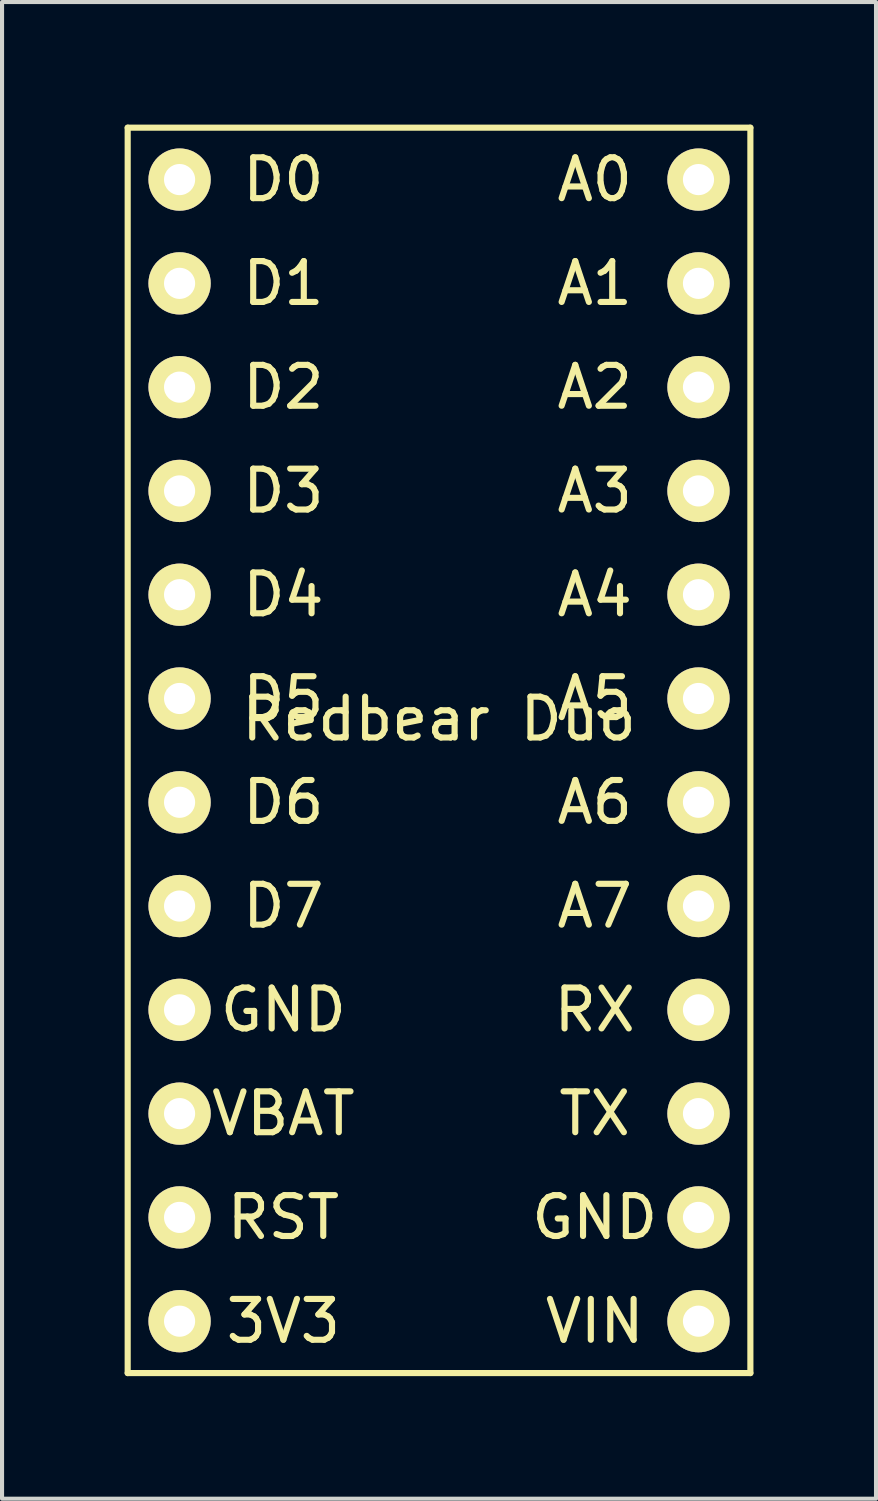
<source format=kicad_pcb>
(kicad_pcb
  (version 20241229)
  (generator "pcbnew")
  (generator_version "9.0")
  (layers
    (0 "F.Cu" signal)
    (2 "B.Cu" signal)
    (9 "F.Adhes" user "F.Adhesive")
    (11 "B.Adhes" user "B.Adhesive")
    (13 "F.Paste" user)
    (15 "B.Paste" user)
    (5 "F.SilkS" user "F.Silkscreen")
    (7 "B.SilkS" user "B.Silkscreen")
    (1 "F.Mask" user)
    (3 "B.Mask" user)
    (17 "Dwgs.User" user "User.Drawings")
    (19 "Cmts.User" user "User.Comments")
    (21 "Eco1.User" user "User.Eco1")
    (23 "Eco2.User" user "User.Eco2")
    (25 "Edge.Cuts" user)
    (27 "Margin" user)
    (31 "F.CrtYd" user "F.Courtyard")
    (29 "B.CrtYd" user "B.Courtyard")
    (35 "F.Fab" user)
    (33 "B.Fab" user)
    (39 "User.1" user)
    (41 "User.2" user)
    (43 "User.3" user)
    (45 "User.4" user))
  (footprint "Redbear Duo"
    (layer "F.Cu")
    (at 7.695 14.045)
    (property "Reference" "Redbear Duo" (at 0 0.5 0) (layer "F.SilkS") (effects (font (size 1 1) (thickness 0.15))))
    (attr through_hole)
    (fp_line (start -7.62 -13.97) (end 7.62 -13.97) (stroke (width 0.15) (type solid)) (layer "F.SilkS"))
    (fp_line (start -7.62 16.51) (end -7.62 -13.97) (stroke (width 0.15) (type solid)) (layer "F.SilkS"))
    (fp_line (start 7.62 -13.97) (end 7.62 16.51) (stroke (width 0.15) (type solid)) (layer "F.SilkS"))
    (fp_line (start 7.62 16.51) (end -7.62 16.51) (stroke (width 0.15) (type solid)) (layer "F.SilkS"))
    (fp_text user "A0" (at 3.81 -12.7 0) (layer "F.SilkS") (effects (font (size 1 1) (thickness 0.15))))
    (fp_text user "VBAT" (at -3.81 10.16 0) (layer "F.SilkS") (effects (font (size 1 1) (thickness 0.15))))
    (fp_text user "RX" (at 3.81 7.62 0) (layer "F.SilkS") (effects (font (size 1 1) (thickness 0.15))))
    (fp_text user "D0" (at -3.81 -12.7 0) (layer "F.SilkS") (effects (font (size 1 1) (thickness 0.15))))
    (fp_text user "VIN" (at 3.81 15.24 0) (layer "F.SilkS") (effects (font (size 1 1) (thickness 0.15))))
    (fp_text user "TX" (at 3.81 10.16 0) (layer "F.SilkS") (effects (font (size 1 1) (thickness 0.15))))
    (fp_text user "D2" (at -3.81 -7.62 0) (layer "F.SilkS") (effects (font (size 1 1) (thickness 0.15))))
    (fp_text user "D6" (at -3.81 2.54 0) (layer "F.SilkS") (effects (font (size 1 1) (thickness 0.15))))
    (fp_text user "GND" (at 3.81 12.7 0) (layer "F.SilkS") (effects (font (size 1 1) (thickness 0.15))))
    (fp_text user "A4" (at 3.81 -2.54 0) (layer "F.SilkS") (effects (font (size 1 1) (thickness 0.15))))
    (fp_text user "A7" (at 3.81 5.08 0) (layer "F.SilkS") (effects (font (size 1 1) (thickness 0.15))))
    (fp_text user "A1" (at 3.81 -10.16 0) (layer "F.SilkS") (effects (font (size 1 1) (thickness 0.15))))
    (fp_text user "D5" (at -3.81 0 0) (layer "F.SilkS") (effects (font (size 1 1) (thickness 0.15))))
    (fp_text user "RST" (at -3.81 12.7 0) (layer "F.SilkS") (effects (font (size 1 1) (thickness 0.15))))
    (fp_text user "A3" (at 3.81 -5.08 0) (layer "F.SilkS") (effects (font (size 1 1) (thickness 0.15))))
    (fp_text user "D1" (at -3.81 -10.16 0) (layer "F.SilkS") (effects (font (size 1 1) (thickness 0.15))))
    (fp_text user "D7" (at -3.81 5.08 0) (layer "F.SilkS") (effects (font (size 1 1) (thickness 0.15))))
    (fp_text user "3V3" (at -3.81 15.24 0) (layer "F.SilkS") (effects (font (size 1 1) (thickness 0.15))))
    (fp_text user "D4" (at -3.81 -2.54 0) (layer "F.SilkS") (effects (font (size 1 1) (thickness 0.15))))
    (fp_text user "D3" (at -3.81 -5.08 0) (layer "F.SilkS") (effects (font (size 1 1) (thickness 0.15))))
    (fp_text user "A6" (at 3.81 2.54 0) (layer "F.SilkS") (effects (font (size 1 1) (thickness 0.15))))
    (fp_text user "A5" (at 3.81 0 0) (layer "F.SilkS") (effects (font (size 1 1) (thickness 0.15))))
    (fp_text user "GND" (at -3.81 7.62 0) (layer "F.SilkS") (effects (font (size 1 1) (thickness 0.15))))
    (fp_text user "A2" (at 3.81 -7.62 0) (layer "F.SilkS") (effects (font (size 1 1) (thickness 0.15))))
    (pad "1" thru_hole circle (at -6.35 -12.7) (size 1.524 1.524) (drill 0.762) (layers "*.Cu" "*.Mask" "F.SilkS"))
    (pad "2" thru_hole circle (at -6.35 -10.16) (size 1.524 1.524) (drill 0.762) (layers "*.Cu" "*.Mask" "F.SilkS"))
    (pad "3" thru_hole circle (at -6.35 -7.62) (size 1.524 1.524) (drill 0.762) (layers "*.Cu" "*.Mask" "F.SilkS"))
    (pad "4" thru_hole circle (at -6.35 -5.08) (size 1.524 1.524) (drill 0.762) (layers "*.Cu" "*.Mask" "F.SilkS"))
    (pad "5" thru_hole circle (at -6.35 -2.54) (size 1.524 1.524) (drill 0.762) (layers "*.Cu" "*.Mask" "F.SilkS"))
    (pad "6" thru_hole circle (at -6.35 0) (size 1.524 1.524) (drill 0.762) (layers "*.Cu" "*.Mask" "F.SilkS"))
    (pad "7" thru_hole circle (at -6.35 2.54) (size 1.524 1.524) (drill 0.762) (layers "*.Cu" "*.Mask" "F.SilkS"))
    (pad "8" thru_hole circle (at -6.35 5.08) (size 1.524 1.524) (drill 0.762) (layers "*.Cu" "*.Mask" "F.SilkS"))
    (pad "9" thru_hole circle (at -6.35 7.62) (size 1.524 1.524) (drill 0.762) (layers "*.Cu" "*.Mask" "F.SilkS"))
    (pad "10" thru_hole circle (at -6.35 10.16) (size 1.524 1.524) (drill 0.762) (layers "*.Cu" "*.Mask" "F.SilkS"))
    (pad "11" thru_hole circle (at -6.35 12.7) (size 1.524 1.524) (drill 0.762) (layers "*.Cu" "*.Mask" "F.SilkS"))
    (pad "12" thru_hole circle (at -6.35 15.24) (size 1.524 1.524) (drill 0.762) (layers "*.Cu" "*.Mask" "F.SilkS"))
    (pad "13" thru_hole circle (at 6.35 -12.7) (size 1.524 1.524) (drill 0.762) (layers "*.Cu" "*.Mask" "F.SilkS"))
    (pad "14" thru_hole circle (at 6.35 -10.16) (size 1.524 1.524) (drill 0.762) (layers "*.Cu" "*.Mask" "F.SilkS"))
    (pad "15" thru_hole circle (at 6.35 -7.62) (size 1.524 1.524) (drill 0.762) (layers "*.Cu" "*.Mask" "F.SilkS"))
    (pad "16" thru_hole circle (at 6.35 -5.08) (size 1.524 1.524) (drill 0.762) (layers "*.Cu" "*.Mask" "F.SilkS"))
    (pad "17" thru_hole circle (at 6.35 -2.54) (size 1.524 1.524) (drill 0.762) (layers "*.Cu" "*.Mask" "F.SilkS"))
    (pad "18" thru_hole circle (at 6.35 0) (size 1.524 1.524) (drill 0.762) (layers "*.Cu" "*.Mask" "F.SilkS"))
    (pad "19" thru_hole circle (at 6.35 2.54) (size 1.524 1.524) (drill 0.762) (layers "*.Cu" "*.Mask" "F.SilkS"))
    (pad "20" thru_hole circle (at 6.35 5.08) (size 1.524 1.524) (drill 0.762) (layers "*.Cu" "*.Mask" "F.SilkS"))
    (pad "21" thru_hole circle (at 6.35 7.62) (size 1.524 1.524) (drill 0.762) (layers "*.Cu" "*.Mask" "F.SilkS"))
    (pad "22" thru_hole circle (at 6.35 10.16) (size 1.524 1.524) (drill 0.762) (layers "*.Cu" "*.Mask" "F.SilkS"))
    (pad "23" thru_hole circle (at 6.35 12.7) (size 1.524 1.524) (drill 0.762) (layers "*.Cu" "*.Mask" "F.SilkS"))
    (pad "24" thru_hole circle (at 6.35 15.24) (size 1.524 1.524) (drill 0.762) (layers "*.Cu" "*.Mask" "F.SilkS")))
  (gr_rect
    (start -3 -3)
    (end 18.39 33.63)
    (stroke (width 0.1) (type default))
    (fill no)
    (layer "Edge.Cuts")))
</source>
